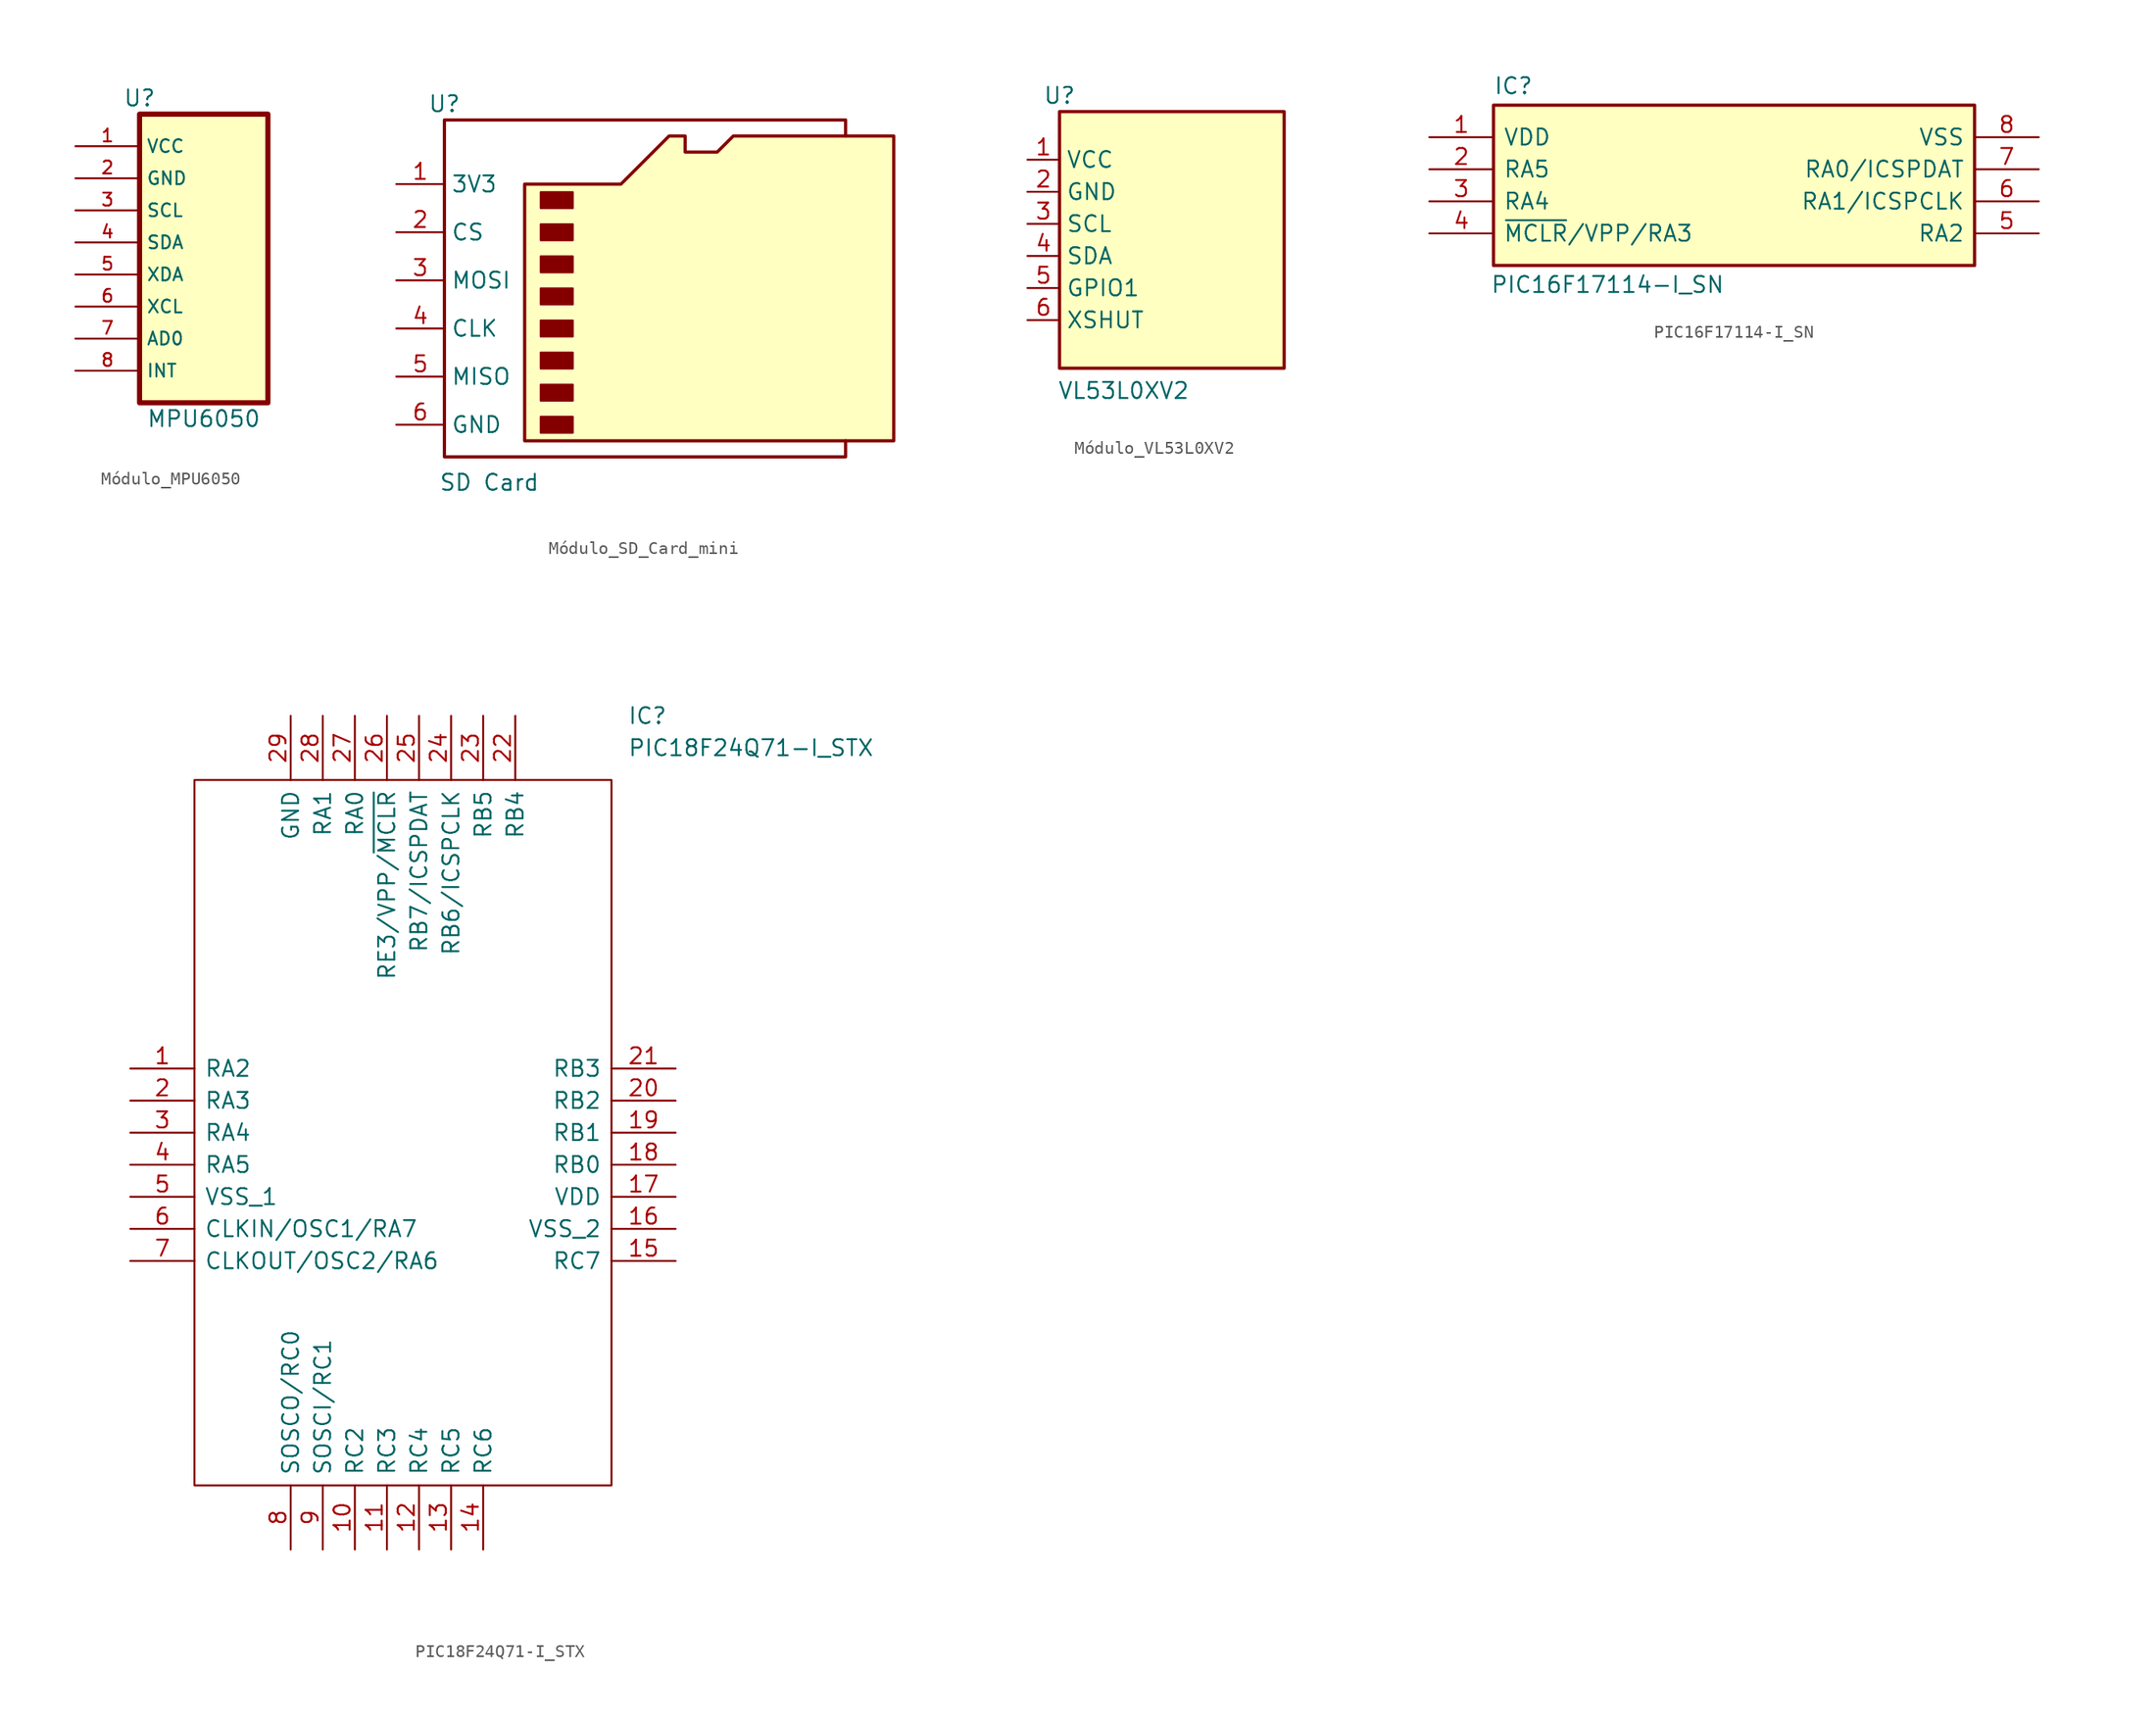
<source format=kicad_sym>
(kicad_symbol_lib
  (version 20231120)
  (generator "kicad_symbol_editor")
  (generator_version "8.0")
  (symbol "Módulo_MPU6050"
    (property "Reference" "U"
      (at 0 0 0)
      (effects (font (size 1.27 1.27))))
    (property "Value" "MPU6050"
      (at 5.08 -25.4 0)
      (effects (font (size 1.27 1.27))))
    (symbol "Módulo_MPU6050_0_0"
      (rectangle (start 0 -1.27) (end 10.16 -24.13) (stroke (width 0.406) (type default)) (fill (type background))))
    (symbol "Módulo_MPU6050_1_0"
      (pin power_in line (at -5.08 -3.81 0) (length 5.08) (name "VCC" (effects (font (size 1.016 1.016)))) (number "1" (effects (font (size 1.016 1.016)))))
      (pin power_out line (at -5.08 -6.35 0) (length 5.08) (name "GND" (effects (font (size 1.016 1.016)))) (number "2" (effects (font (size 1.016 1.016)))))
      (pin bidirectional line (at -5.08 -8.89 0) (length 5.08) (name "SCL" (effects (font (size 1.016 1.016)))) (number "3" (effects (font (size 1.016 1.016)))))
      (pin bidirectional line (at -5.08 -11.43 0) (length 5.08) (name "SDA" (effects (font (size 1.016 1.016)))) (number "4" (effects (font (size 1.016 1.016)))))
      (pin bidirectional line (at -5.08 -13.97 0) (length 5.08) (name "XDA" (effects (font (size 1.016 1.016)))) (number "5" (effects (font (size 1.016 1.016)))))
      (pin bidirectional line (at -5.08 -16.51 0) (length 5.08) (name "XCL" (effects (font (size 1.016 1.016)))) (number "6" (effects (font (size 1.016 1.016)))))
      (pin bidirectional line (at -5.08 -19.05 0) (length 5.08) (name "AD0" (effects (font (size 1.016 1.016)))) (number "7" (effects (font (size 1.016 1.016)))))
      (pin bidirectional line (at -5.08 -21.59 0) (length 5.08) (name "INT" (effects (font (size 1.016 1.016)))) (number "8" (effects (font (size 1.016 1.016)))))))
  (symbol "Módulo_SD_Card_mini"
    (property "Reference" "U"
      (at 0 0 0)
      (effects (font (size 1.27 1.27))))
    (property "Value" "SD Card"
      (at 3.556 -29.972 0)
      (effects (font (size 1.27 1.27))))
    (symbol "Módulo_SD_Card_mini_0_1"
      (polyline (pts (xy 6.35 -26.67) (xy 6.35 -6.35) (xy 13.97 -6.35) (xy 17.78 -2.54) (xy 19.05 -2.54) (xy 19.05 -3.81) (xy 21.59 -3.81) (xy 22.86 -2.54) (xy 35.56 -2.54) (xy 35.56 -26.67) (xy 6.35 -26.67)) (stroke (width 0.254) (type default)) (fill (type background)))
      (rectangle (start 7.62 -24.765) (end 10.16 -26.035) (stroke (width 0) (type default)) (fill (type outline)))
      (rectangle (start 7.62 -22.225) (end 10.16 -23.495) (stroke (width 0) (type default)) (fill (type outline)))
      (rectangle (start 7.62 -19.685) (end 10.16 -20.955) (stroke (width 0) (type default)) (fill (type outline)))
      (rectangle (start 7.62 -17.145) (end 10.16 -18.415) (stroke (width 0) (type default)) (fill (type outline)))
      (rectangle (start 7.62 -14.605) (end 10.16 -15.875) (stroke (width 0) (type default)) (fill (type outline)))
      (rectangle (start 7.62 -12.065) (end 10.16 -13.335) (stroke (width 0) (type default)) (fill (type outline)))
      (rectangle (start 7.62 -9.525) (end 10.16 -10.795) (stroke (width 0) (type default)) (fill (type outline)))
      (rectangle (start 7.62 -6.985) (end 10.16 -8.255) (stroke (width 0) (type default)) (fill (type outline))))
    (symbol "Módulo_SD_Card_mini_1_1"
      (polyline (pts (xy 31.75 -2.54) (xy 31.75 -1.27) (xy 0 -1.27) (xy 0 -27.94) (xy 31.75 -27.94) (xy 31.75 -26.67)) (stroke (width 0.254) (type default)) (fill (type none)))
      (pin power_in line (at -3.81 -6.35 0) (length 3.81) (name "3V3" (effects (font (size 1.27 1.27)))) (number "1" (effects (font (size 1.27 1.27)))))
      (pin bidirectional line (at -3.81 -10.16 0) (length 3.81) (name "CS" (effects (font (size 1.27 1.27)))) (number "2" (effects (font (size 1.27 1.27)))))
      (pin bidirectional line (at -3.81 -13.97 0) (length 3.81) (name "MOSI" (effects (font (size 1.27 1.27)))) (number "3" (effects (font (size 1.27 1.27)))))
      (pin bidirectional line (at -3.81 -17.78 0) (length 3.81) (name "CLK" (effects (font (size 1.27 1.27)))) (number "4" (effects (font (size 1.27 1.27)))))
      (pin bidirectional line (at -3.81 -21.59 0) (length 3.81) (name "MISO" (effects (font (size 1.27 1.27)))) (number "5" (effects (font (size 1.27 1.27)))))
      (pin power_out line (at -3.81 -25.4 0) (length 3.81) (name "GND" (effects (font (size 1.27 1.27)))) (number "6" (effects (font (size 1.27 1.27)))))))
  (symbol "Módulo_VL53L0XV2"
    (property "Reference" "U"
      (at 0 0 0)
      (effects (font (size 1.27 1.27))))
    (property "Value" "VL53L0XV2"
      (at 5.08 -23.368 0)
      (effects (font (size 1.27 1.27))))
    (symbol "Módulo_VL53L0XV2_0_1"
      (rectangle (start 0 -1.27) (end 17.78 -21.59) (stroke (width 0.254) (type default)) (fill (type background))))
    (symbol "Módulo_VL53L0XV2_1_1"
      (pin power_in line (at -2.54 -5.08 0) (length 2.54) (name "VCC" (effects (font (size 1.27 1.27)))) (number "1" (effects (font (size 1.27 1.27)))))
      (pin power_out line (at -2.54 -7.62 0) (length 2.54) (name "GND" (effects (font (size 1.27 1.27)))) (number "2" (effects (font (size 1.27 1.27)))))
      (pin bidirectional line (at -2.54 -10.16 0) (length 2.54) (name "SCL" (effects (font (size 1.27 1.27)))) (number "3" (effects (font (size 1.27 1.27)))))
      (pin bidirectional line (at -2.54 -12.7 0) (length 2.54) (name "SDA" (effects (font (size 1.27 1.27)))) (number "4" (effects (font (size 1.27 1.27)))))
      (pin bidirectional line (at -2.54 -15.24 0) (length 2.54) (name "GPIO1" (effects (font (size 1.27 1.27)))) (number "5" (effects (font (size 1.27 1.27)))))
      (pin bidirectional line (at -2.54 -17.78 0) (length 2.54) (name "XSHUT" (effects (font (size 1.27 1.27)))) (number "6" (effects (font (size 1.27 1.27)))))))
  (symbol "PIC16F17114-I_SN"
    (pin_names
      (offset 0.762))
    (property "Reference" "IC"
      (at 5.08 4.064 0)
      (effects (font (size 1.27 1.27)) (justify left)))
    (property "Value" "PIC16F17114-I_SN"
      (at 4.826 -11.684 0)
      (effects (font (size 1.27 1.27)) (justify left)))
    (symbol "PIC16F17114-I_SN_0_0"
      (pin passive line (at 0 0 0) (length 5.08) (name "VDD" (effects (font (size 1.27 1.27)))) (number "1" (effects (font (size 1.27 1.27)))))
      (pin passive line (at 0 -2.54 0) (length 5.08) (name "RA5" (effects (font (size 1.27 1.27)))) (number "2" (effects (font (size 1.27 1.27)))))
      (pin passive line (at 0 -5.08 0) (length 5.08) (name "RA4" (effects (font (size 1.27 1.27)))) (number "3" (effects (font (size 1.27 1.27)))))
      (pin passive line (at 0 -7.62 0) (length 5.08) (name "~{MCLR}/VPP/RA3" (effects (font (size 1.27 1.27)))) (number "4" (effects (font (size 1.27 1.27)))))
      (pin passive line (at 48.26 -7.62 180) (length 5.08) (name "RA2" (effects (font (size 1.27 1.27)))) (number "5" (effects (font (size 1.27 1.27)))))
      (pin passive line (at 48.26 -5.08 180) (length 5.08) (name "RA1/ICSPCLK" (effects (font (size 1.27 1.27)))) (number "6" (effects (font (size 1.27 1.27)))))
      (pin passive line (at 48.26 -2.54 180) (length 5.08) (name "RA0/ICSPDAT" (effects (font (size 1.27 1.27)))) (number "7" (effects (font (size 1.27 1.27)))))
      (pin passive line (at 48.26 0 180) (length 5.08) (name "VSS" (effects (font (size 1.27 1.27)))) (number "8" (effects (font (size 1.27 1.27))))))
    (symbol "PIC16F17114-I_SN_1_1"
      (polyline (pts (xy 5.08 2.54) (xy 43.18 2.54) (xy 43.18 -10.16) (xy 5.08 -10.16) (xy 5.08 2.54)) (stroke (width 0.254) (type solid)) (fill (type color) (color 255 255 194 1)))
      (rectangle (start 5.08 2.54) (end 43.18 -10.16) (stroke (width 0) (type default)) (fill (type none)))))
  (symbol "PIC18F24Q71-I_STX"
    (pin_names
      (offset 0.762))
    (property "Reference" "IC"
      (at 39.37 27.94 0)
      (effects (font (size 1.27 1.27)) (justify left)))
    (property "Value" "PIC18F24Q71-I_STX"
      (at 39.37 25.4 0)
      (effects (font (size 1.27 1.27)) (justify left)))
    (symbol "PIC18F24Q71-I_STX_0_0"
      (pin passive line (at 0 0 0) (length 5.08) (name "RA2" (effects (font (size 1.27 1.27)))) (number "1" (effects (font (size 1.27 1.27)))))
      (pin passive line (at 17.78 -38.1 90) (length 5.08) (name "RC2" (effects (font (size 1.27 1.27)))) (number "10" (effects (font (size 1.27 1.27)))))
      (pin passive line (at 20.32 -38.1 90) (length 5.08) (name "RC3" (effects (font (size 1.27 1.27)))) (number "11" (effects (font (size 1.27 1.27)))))
      (pin passive line (at 22.86 -38.1 90) (length 5.08) (name "RC4" (effects (font (size 1.27 1.27)))) (number "12" (effects (font (size 1.27 1.27)))))
      (pin passive line (at 25.4 -38.1 90) (length 5.08) (name "RC5" (effects (font (size 1.27 1.27)))) (number "13" (effects (font (size 1.27 1.27)))))
      (pin passive line (at 27.94 -38.1 90) (length 5.08) (name "RC6" (effects (font (size 1.27 1.27)))) (number "14" (effects (font (size 1.27 1.27)))))
      (pin passive line (at 43.18 -15.24 180) (length 5.08) (name "RC7" (effects (font (size 1.27 1.27)))) (number "15" (effects (font (size 1.27 1.27)))))
      (pin passive line (at 43.18 -12.7 180) (length 5.08) (name "VSS_2" (effects (font (size 1.27 1.27)))) (number "16" (effects (font (size 1.27 1.27)))))
      (pin passive line (at 43.18 -10.16 180) (length 5.08) (name "VDD" (effects (font (size 1.27 1.27)))) (number "17" (effects (font (size 1.27 1.27)))))
      (pin passive line (at 43.18 -7.62 180) (length 5.08) (name "RB0" (effects (font (size 1.27 1.27)))) (number "18" (effects (font (size 1.27 1.27)))))
      (pin passive line (at 43.18 -5.08 180) (length 5.08) (name "RB1" (effects (font (size 1.27 1.27)))) (number "19" (effects (font (size 1.27 1.27)))))
      (pin passive line (at 0 -2.54 0) (length 5.08) (name "RA3" (effects (font (size 1.27 1.27)))) (number "2" (effects (font (size 1.27 1.27)))))
      (pin passive line (at 43.18 -2.54 180) (length 5.08) (name "RB2" (effects (font (size 1.27 1.27)))) (number "20" (effects (font (size 1.27 1.27)))))
      (pin passive line (at 43.18 0 180) (length 5.08) (name "RB3" (effects (font (size 1.27 1.27)))) (number "21" (effects (font (size 1.27 1.27)))))
      (pin passive line (at 30.48 27.94 270) (length 5.08) (name "RB4" (effects (font (size 1.27 1.27)))) (number "22" (effects (font (size 1.27 1.27)))))
      (pin passive line (at 27.94 27.94 270) (length 5.08) (name "RB5" (effects (font (size 1.27 1.27)))) (number "23" (effects (font (size 1.27 1.27)))))
      (pin passive line (at 25.4 27.94 270) (length 5.08) (name "RB6/ICSPCLK" (effects (font (size 1.27 1.27)))) (number "24" (effects (font (size 1.27 1.27)))))
      (pin passive line (at 22.86 27.94 270) (length 5.08) (name "RB7/ICSPDAT" (effects (font (size 1.27 1.27)))) (number "25" (effects (font (size 1.27 1.27)))))
      (pin passive line (at 20.32 27.94 270) (length 5.08) (name "RE3/VPP/~{MCLR}" (effects (font (size 1.27 1.27)))) (number "26" (effects (font (size 1.27 1.27)))))
      (pin passive line (at 17.78 27.94 270) (length 5.08) (name "RA0" (effects (font (size 1.27 1.27)))) (number "27" (effects (font (size 1.27 1.27)))))
      (pin passive line (at 15.24 27.94 270) (length 5.08) (name "RA1" (effects (font (size 1.27 1.27)))) (number "28" (effects (font (size 1.27 1.27)))))
      (pin passive line (at 12.7 27.94 270) (length 5.08) (name "GND" (effects (font (size 1.27 1.27)))) (number "29" (effects (font (size 1.27 1.27)))))
      (pin passive line (at 0 -5.08 0) (length 5.08) (name "RA4" (effects (font (size 1.27 1.27)))) (number "3" (effects (font (size 1.27 1.27)))))
      (pin passive line (at 0 -7.62 0) (length 5.08) (name "RA5" (effects (font (size 1.27 1.27)))) (number "4" (effects (font (size 1.27 1.27)))))
      (pin passive line (at 0 -10.16 0) (length 5.08) (name "VSS_1" (effects (font (size 1.27 1.27)))) (number "5" (effects (font (size 1.27 1.27)))))
      (pin passive line (at 0 -12.7 0) (length 5.08) (name "CLKIN/OSC1/RA7" (effects (font (size 1.27 1.27)))) (number "6" (effects (font (size 1.27 1.27)))))
      (pin passive line (at 0 -15.24 0) (length 5.08) (name "CLKOUT/OSC2/RA6" (effects (font (size 1.27 1.27)))) (number "7" (effects (font (size 1.27 1.27)))))
      (pin passive line (at 12.7 -38.1 90) (length 5.08) (name "SOSCO/RC0" (effects (font (size 1.27 1.27)))) (number "8" (effects (font (size 1.27 1.27)))))
      (pin passive line (at 15.24 -38.1 90) (length 5.08) (name "SOSCI/RC1" (effects (font (size 1.27 1.27)))) (number "9" (effects (font (size 1.27 1.27))))))
    (symbol "PIC18F24Q71-I_STX_0_1"
      (polyline (pts (xy 5.08 22.86) (xy 38.1 22.86) (xy 38.1 -33.02) (xy 5.08 -33.02) (xy 5.08 22.86)) (stroke (width 0.152) (type solid)) (fill (type none))))))
</source>
